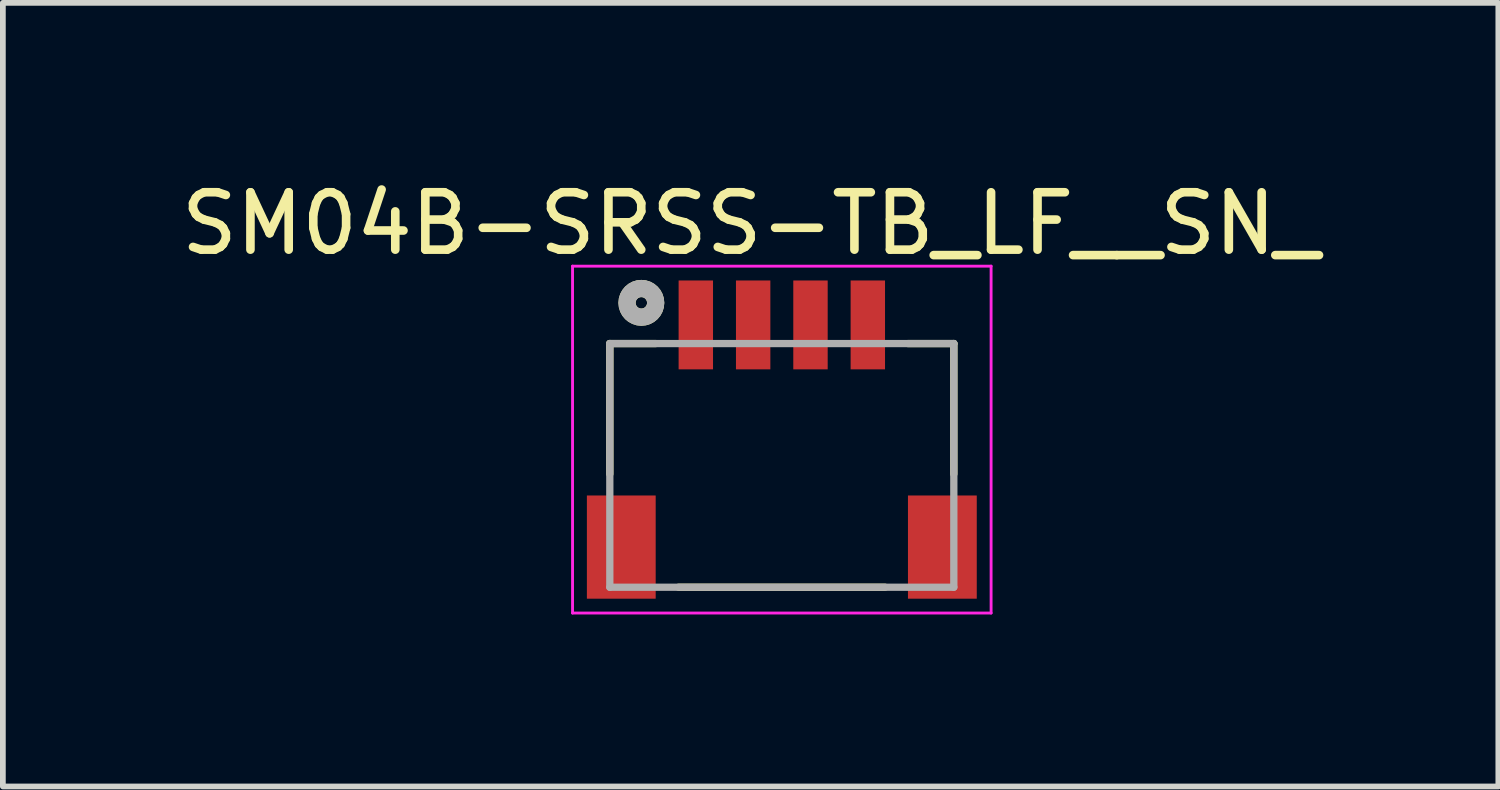
<source format=kicad_pcb>
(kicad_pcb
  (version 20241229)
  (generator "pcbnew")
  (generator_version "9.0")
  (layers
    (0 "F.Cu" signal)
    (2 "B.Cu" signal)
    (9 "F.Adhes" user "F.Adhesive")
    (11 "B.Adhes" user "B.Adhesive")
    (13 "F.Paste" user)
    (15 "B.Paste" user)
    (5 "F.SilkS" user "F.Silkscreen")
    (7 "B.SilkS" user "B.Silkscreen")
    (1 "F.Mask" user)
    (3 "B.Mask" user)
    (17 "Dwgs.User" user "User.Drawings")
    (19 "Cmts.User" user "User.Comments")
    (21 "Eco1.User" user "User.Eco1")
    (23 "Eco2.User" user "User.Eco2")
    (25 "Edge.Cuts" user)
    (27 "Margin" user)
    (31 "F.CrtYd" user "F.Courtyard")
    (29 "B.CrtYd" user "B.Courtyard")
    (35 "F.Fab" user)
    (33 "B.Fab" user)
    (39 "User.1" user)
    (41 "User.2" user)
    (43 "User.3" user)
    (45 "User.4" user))
  (footprint "SM04B-SRSS-TB_LF__SN_"
    (layer "F.Cu")
    (at 10.586 2.617)
    (property "Reference" "SM04B-SRSS-TB_LF__SN_" (at -0.545 -1.768 0) (layer "F.SilkS") (effects (font (size 1.001 1.001) (thickness 0.15))))
    (attr smd)
    (fp_line (start -3 0.325) (end -3 2.6) (stroke (width 0.127) (type solid)) (layer "F.SilkS"))
    (fp_line (start -2.2 0.325) (end -3 0.325) (stroke (width 0.127) (type solid)) (layer "F.SilkS"))
    (fp_line (start -1.8 4.575) (end 1.8 4.575) (stroke (width 0.127) (type solid)) (layer "F.SilkS"))
    (fp_line (start 2.2 0.325) (end 3 0.325) (stroke (width 0.127) (type solid)) (layer "F.SilkS"))
    (fp_line (start 3 0.325) (end 3 2.6) (stroke (width 0.127) (type solid)) (layer "F.SilkS"))
    (fp_circle (center -2.45 -0.385) (end -2.35 -0.385) (stroke (width 0.3) (type solid)) (fill no) (layer "F.SilkS"))
    (fp_line (start -3.65 -1.025) (end 3.65 -1.025) (stroke (width 0.05) (type solid)) (layer "F.CrtYd"))
    (fp_line (start -3.65 5.025) (end -3.65 -1.025) (stroke (width 0.05) (type solid)) (layer "F.CrtYd"))
    (fp_line (start 3.65 -1.025) (end 3.65 5.025) (stroke (width 0.05) (type solid)) (layer "F.CrtYd"))
    (fp_line (start 3.65 5.025) (end -3.65 5.025) (stroke (width 0.05) (type solid)) (layer "F.CrtYd"))
    (fp_line (start -3 0.325) (end 3 0.325) (stroke (width 0.127) (type solid)) (layer "F.Fab"))
    (fp_line (start -3 4.575) (end -3 0.325) (stroke (width 0.127) (type solid)) (layer "F.Fab"))
    (fp_line (start 3 0.325) (end 3 4.575) (stroke (width 0.127) (type solid)) (layer "F.Fab"))
    (fp_line (start 3 4.575) (end -3 4.575) (stroke (width 0.127) (type solid)) (layer "F.Fab"))
    (fp_circle (center -2.45 -0.385) (end -2.35 -0.385) (stroke (width 0.3) (type solid)) (fill no) (layer "F.Fab"))
    (pad "1" smd rect (at -1.5 0) (size 0.6 1.55) (layers "F.Cu" "F.Mask" "F.Paste"))
    (pad "2" smd rect (at -0.5 0) (size 0.6 1.55) (layers "F.Cu" "F.Mask" "F.Paste"))
    (pad "3" smd rect (at 0.5 0) (size 0.6 1.55) (layers "F.Cu" "F.Mask" "F.Paste"))
    (pad "4" smd rect (at 1.5 0) (size 0.6 1.55) (layers "F.Cu" "F.Mask" "F.Paste"))
    (pad "S1" smd rect (at -2.8 3.875 180) (size 1.2 1.8) (layers "F.Cu" "F.Mask" "F.Paste"))
    (pad "S2" smd rect (at 2.8 3.875 180) (size 1.2 1.8) (layers "F.Cu" "F.Mask" "F.Paste")))
  (gr_rect
    (start -3 -3)
    (end 23.083 10.667)
    (stroke (width 0.1) (type default))
    (fill no)
    (layer "Edge.Cuts")))
</source>
